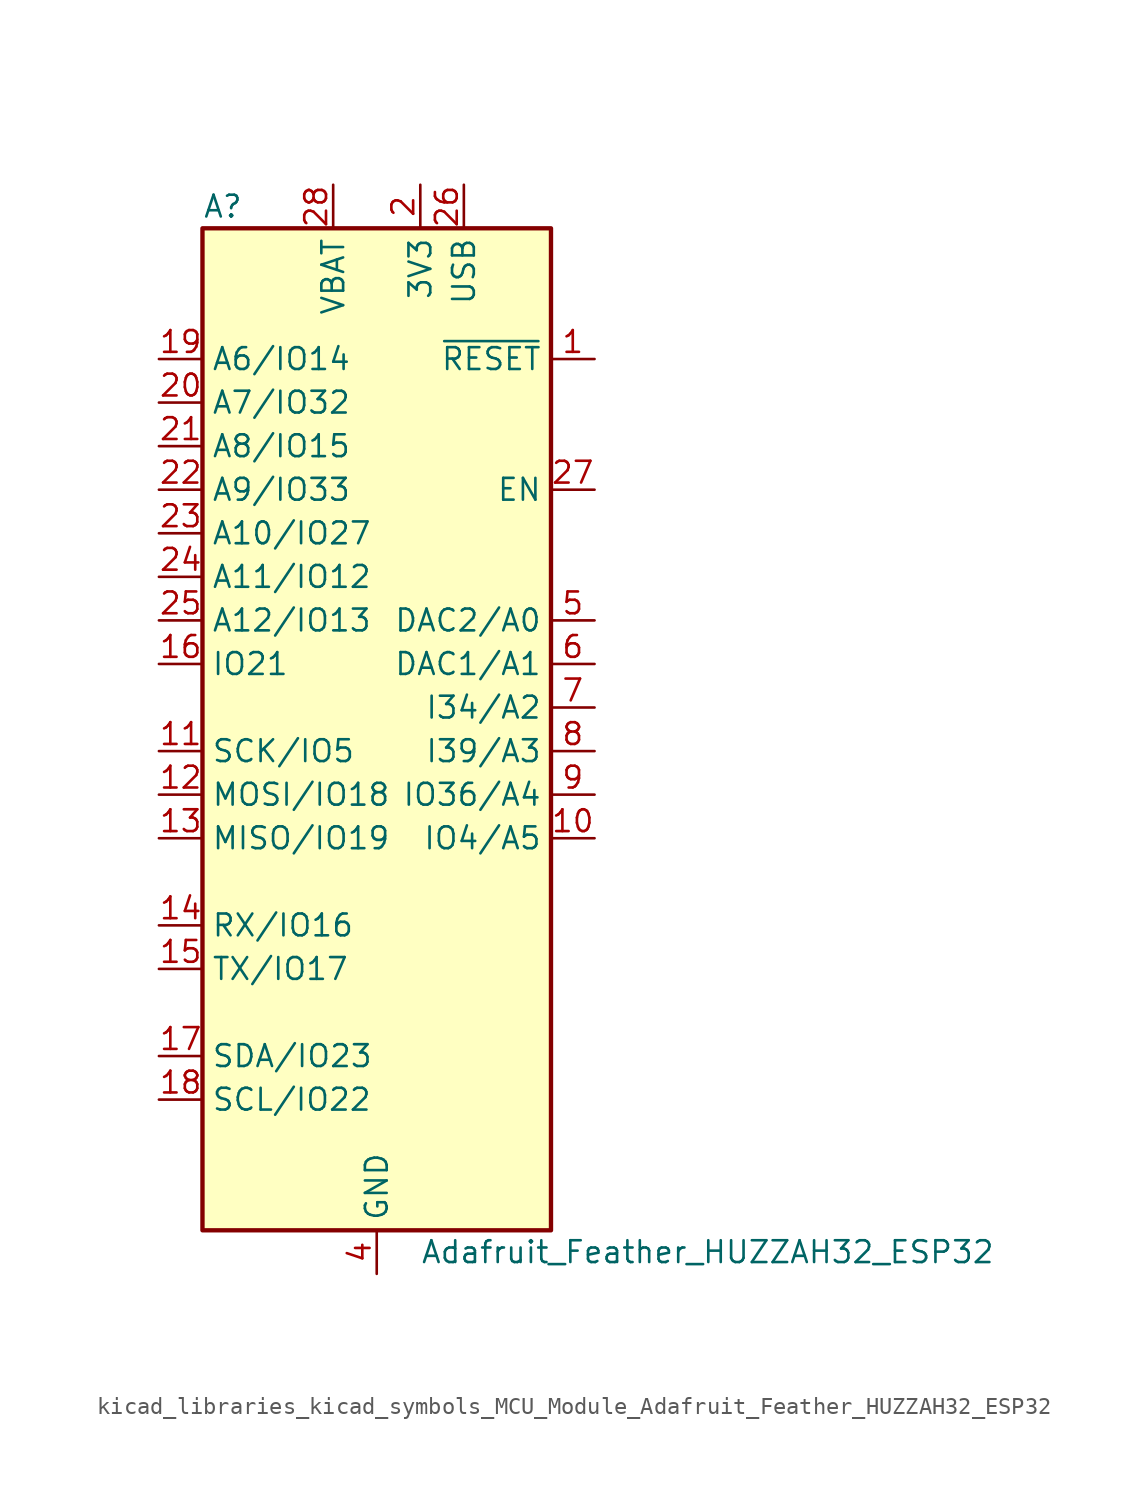
<source format=kicad_sym>
(kicad_symbol_lib
  (version 20220914)
  (generator kicad_symbol_editor)
  (symbol "kicad_libraries_kicad_symbols_MCU_Module_Adafruit_Feather_HUZZAH32_ESP32"
    (property "Reference" "A"
      (at -10.16 29.21 0)
      (effects (font (size 1.27 1.27)) (justify left)))
    (property "Value" "Adafruit_Feather_HUZZAH32_ESP32"
      (at 2.54 -31.75 0)
      (effects (font (size 1.27 1.27)) (justify left)))
    (symbol "kicad_libraries_kicad_symbols_MCU_Module_Adafruit_Feather_HUZZAH32_ESP32_0_1"
      (rectangle (start -10.16 27.94) (end 10.16 -30.48) (stroke (width 0.254) (type default)) (fill (type background))))
    (symbol "kicad_libraries_kicad_symbols_MCU_Module_Adafruit_Feather_HUZZAH32_ESP32_1_1"
      (pin input line (at 12.7 20.32 180) (length 2.54) (name "~{RESET}" (effects (font (size 1.27 1.27)))) (number "1" (effects (font (size 1.27 1.27)))))
      (pin bidirectional line (at 12.7 -7.62 180) (length 2.54) (name "IO4/A5" (effects (font (size 1.27 1.27)))) (number "10" (effects (font (size 1.27 1.27)))))
      (pin bidirectional line (at -12.7 -2.54 0) (length 2.54) (name "SCK/IO5" (effects (font (size 1.27 1.27)))) (number "11" (effects (font (size 1.27 1.27)))))
      (pin bidirectional line (at -12.7 -5.08 0) (length 2.54) (name "MOSI/IO18" (effects (font (size 1.27 1.27)))) (number "12" (effects (font (size 1.27 1.27)))))
      (pin bidirectional line (at -12.7 -7.62 0) (length 2.54) (name "MISO/IO19" (effects (font (size 1.27 1.27)))) (number "13" (effects (font (size 1.27 1.27)))))
      (pin bidirectional line (at -12.7 -12.7 0) (length 2.54) (name "RX/IO16" (effects (font (size 1.27 1.27)))) (number "14" (effects (font (size 1.27 1.27)))))
      (pin bidirectional line (at -12.7 -15.24 0) (length 2.54) (name "TX/IO17" (effects (font (size 1.27 1.27)))) (number "15" (effects (font (size 1.27 1.27)))))
      (pin bidirectional line (at -12.7 2.54 0) (length 2.54) (name "IO21" (effects (font (size 1.27 1.27)))) (number "16" (effects (font (size 1.27 1.27)))))
      (pin bidirectional line (at -12.7 -20.32 0) (length 2.54) (name "SDA/IO23" (effects (font (size 1.27 1.27)))) (number "17" (effects (font (size 1.27 1.27)))))
      (pin bidirectional line (at -12.7 -22.86 0) (length 2.54) (name "SCL/IO22" (effects (font (size 1.27 1.27)))) (number "18" (effects (font (size 1.27 1.27)))))
      (pin bidirectional line (at -12.7 20.32 0) (length 2.54) (name "A6/IO14" (effects (font (size 1.27 1.27)))) (number "19" (effects (font (size 1.27 1.27)))))
      (pin power_in line (at 2.54 30.48 270) (length 2.54) (name "3V3" (effects (font (size 1.27 1.27)))) (number "2" (effects (font (size 1.27 1.27)))))
      (pin bidirectional line (at -12.7 17.78 0) (length 2.54) (name "A7/IO32" (effects (font (size 1.27 1.27)))) (number "20" (effects (font (size 1.27 1.27)))))
      (pin bidirectional line (at -12.7 15.24 0) (length 2.54) (name "A8/IO15" (effects (font (size 1.27 1.27)))) (number "21" (effects (font (size 1.27 1.27)))))
      (pin bidirectional line (at -12.7 12.7 0) (length 2.54) (name "A9/IO33" (effects (font (size 1.27 1.27)))) (number "22" (effects (font (size 1.27 1.27)))))
      (pin bidirectional line (at -12.7 10.16 0) (length 2.54) (name "A10/IO27" (effects (font (size 1.27 1.27)))) (number "23" (effects (font (size 1.27 1.27)))))
      (pin bidirectional line (at -12.7 7.62 0) (length 2.54) (name "A11/IO12" (effects (font (size 1.27 1.27)))) (number "24" (effects (font (size 1.27 1.27)))))
      (pin bidirectional line (at -12.7 5.08 0) (length 2.54) (name "A12/IO13" (effects (font (size 1.27 1.27)))) (number "25" (effects (font (size 1.27 1.27)))))
      (pin power_in line (at 5.08 30.48 270) (length 2.54) (name "USB" (effects (font (size 1.27 1.27)))) (number "26" (effects (font (size 1.27 1.27)))))
      (pin input line (at 12.7 12.7 180) (length 2.54) (name "EN" (effects (font (size 1.27 1.27)))) (number "27" (effects (font (size 1.27 1.27)))))
      (pin power_in line (at -2.54 30.48 270) (length 2.54) (name "VBAT" (effects (font (size 1.27 1.27)))) (number "28" (effects (font (size 1.27 1.27)))))
      (pin no_connect line (at 10.16 10.16 180) (length 2.54) hide (name "NC" (effects (font (size 1.27 1.27)))) (number "3" (effects (font (size 1.27 1.27)))))
      (pin power_in line (at 0 -33.02 90) (length 2.54) (name "GND" (effects (font (size 1.27 1.27)))) (number "4" (effects (font (size 1.27 1.27)))))
      (pin bidirectional line (at 12.7 5.08 180) (length 2.54) (name "DAC2/A0" (effects (font (size 1.27 1.27)))) (number "5" (effects (font (size 1.27 1.27)))))
      (pin bidirectional line (at 12.7 2.54 180) (length 2.54) (name "DAC1/A1" (effects (font (size 1.27 1.27)))) (number "6" (effects (font (size 1.27 1.27)))))
      (pin bidirectional line (at 12.7 0 180) (length 2.54) (name "I34/A2" (effects (font (size 1.27 1.27)))) (number "7" (effects (font (size 1.27 1.27)))))
      (pin bidirectional line (at 12.7 -2.54 180) (length 2.54) (name "I39/A3" (effects (font (size 1.27 1.27)))) (number "8" (effects (font (size 1.27 1.27)))))
      (pin bidirectional line (at 12.7 -5.08 180) (length 2.54) (name "IO36/A4" (effects (font (size 1.27 1.27)))) (number "9" (effects (font (size 1.27 1.27))))))))
</source>
